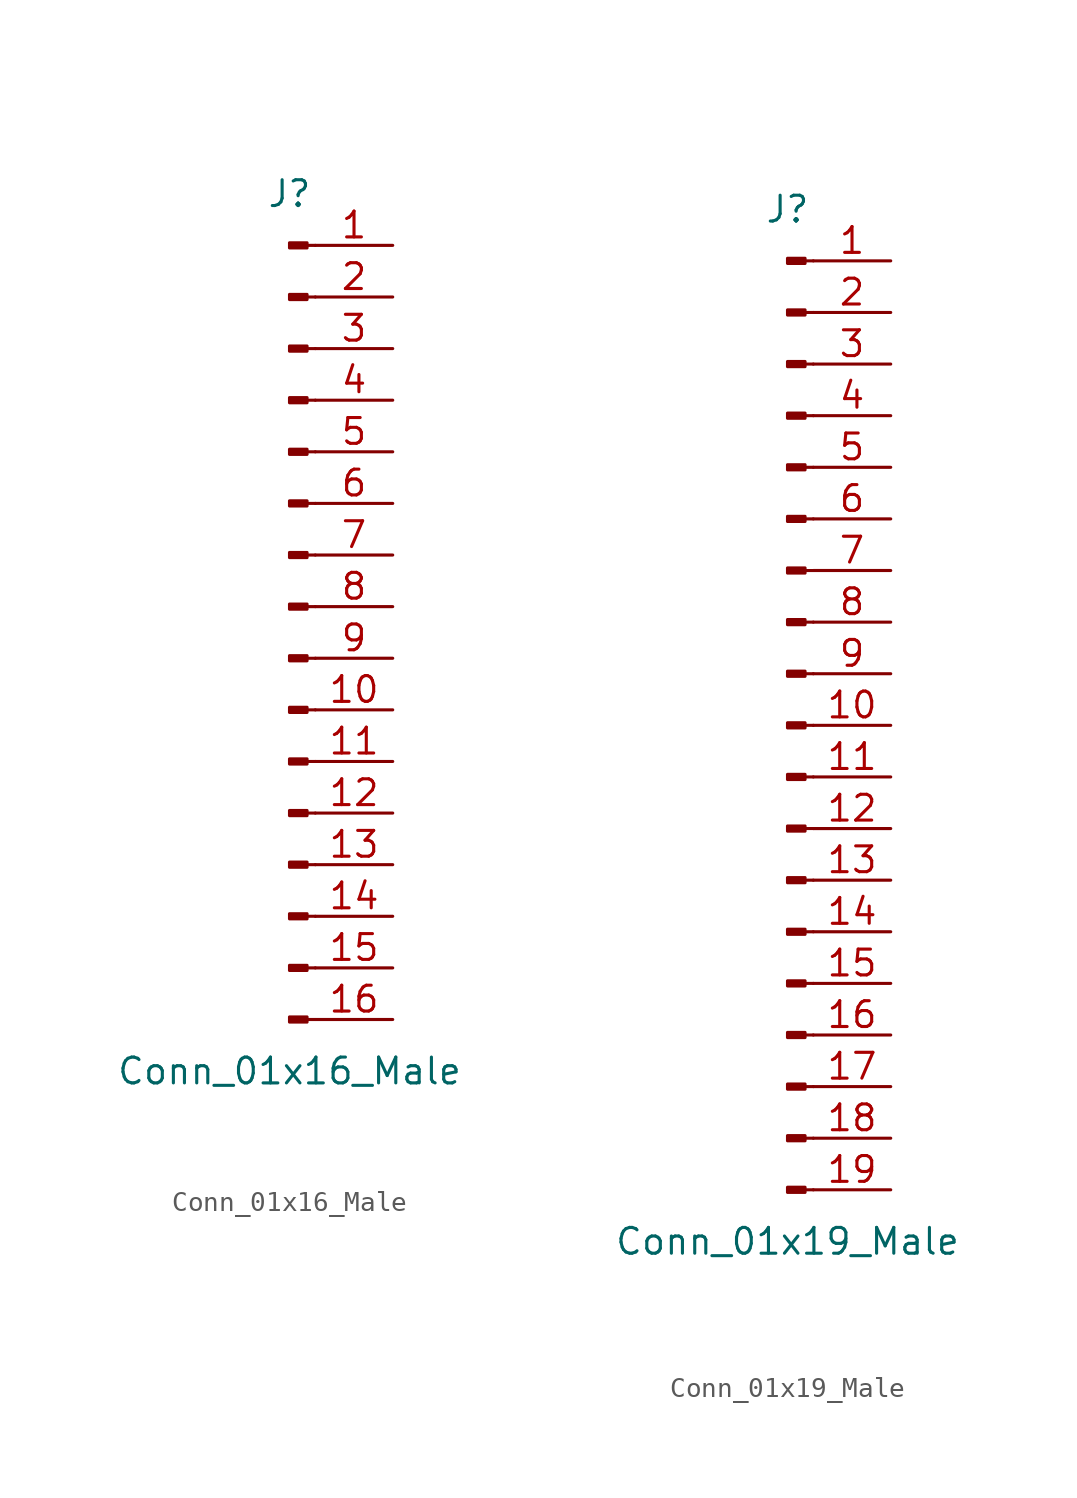
<source format=kicad_sym>
(kicad_symbol_lib
  (version 20201005)
  (generator kicad_symbol_editor)
  (symbol "Conn_01x16_Male"
    (pin_names
      (offset 1.016) hide)
    (property "Reference" "J"
      (at 0 20.32 0)
      (effects (font (size 1.27 1.27))))
    (property "Value" "Conn_01x16_Male"
      (at 0 -22.86 0)
      (effects (font (size 1.27 1.27))))
    (symbol "Conn_01x16_Male_1_1"
      (rectangle (start 0.864 -20.193) (end 0 -20.447) (stroke (width 0.152)) (fill (type outline)))
      (rectangle (start 0.864 -17.653) (end 0 -17.907) (stroke (width 0.152)) (fill (type outline)))
      (rectangle (start 0.864 -15.113) (end 0 -15.367) (stroke (width 0.152)) (fill (type outline)))
      (rectangle (start 0.864 -12.573) (end 0 -12.827) (stroke (width 0.152)) (fill (type outline)))
      (rectangle (start 0.864 -10.033) (end 0 -10.287) (stroke (width 0.152)) (fill (type outline)))
      (rectangle (start 0.864 -7.493) (end 0 -7.747) (stroke (width 0.152)) (fill (type outline)))
      (rectangle (start 0.864 -4.953) (end 0 -5.207) (stroke (width 0.152)) (fill (type outline)))
      (rectangle (start 0.864 -2.413) (end 0 -2.667) (stroke (width 0.152)) (fill (type outline)))
      (rectangle (start 0.864 0.127) (end 0 -0.127) (stroke (width 0.152)) (fill (type outline)))
      (rectangle (start 0.864 2.667) (end 0 2.413) (stroke (width 0.152)) (fill (type outline)))
      (rectangle (start 0.864 5.207) (end 0 4.953) (stroke (width 0.152)) (fill (type outline)))
      (rectangle (start 0.864 7.747) (end 0 7.493) (stroke (width 0.152)) (fill (type outline)))
      (rectangle (start 0.864 10.287) (end 0 10.033) (stroke (width 0.152)) (fill (type outline)))
      (rectangle (start 0.864 12.827) (end 0 12.573) (stroke (width 0.152)) (fill (type outline)))
      (rectangle (start 0.864 15.367) (end 0 15.113) (stroke (width 0.152)) (fill (type outline)))
      (rectangle (start 0.864 17.907) (end 0 17.653) (stroke (width 0.152)) (fill (type outline)))
      (polyline (pts (xy 1.27 -20.32) (xy 0.864 -20.32)) (stroke (width 0.152)) (fill (type none)))
      (polyline (pts (xy 1.27 -17.78) (xy 0.864 -17.78)) (stroke (width 0.152)) (fill (type none)))
      (polyline (pts (xy 1.27 -15.24) (xy 0.864 -15.24)) (stroke (width 0.152)) (fill (type none)))
      (polyline (pts (xy 1.27 -12.7) (xy 0.864 -12.7)) (stroke (width 0.152)) (fill (type none)))
      (polyline (pts (xy 1.27 -10.16) (xy 0.864 -10.16)) (stroke (width 0.152)) (fill (type none)))
      (polyline (pts (xy 1.27 -7.62) (xy 0.864 -7.62)) (stroke (width 0.152)) (fill (type none)))
      (polyline (pts (xy 1.27 -5.08) (xy 0.864 -5.08)) (stroke (width 0.152)) (fill (type none)))
      (polyline (pts (xy 1.27 -2.54) (xy 0.864 -2.54)) (stroke (width 0.152)) (fill (type none)))
      (polyline (pts (xy 1.27 0) (xy 0.864 0)) (stroke (width 0.152)) (fill (type none)))
      (polyline (pts (xy 1.27 2.54) (xy 0.864 2.54)) (stroke (width 0.152)) (fill (type none)))
      (polyline (pts (xy 1.27 5.08) (xy 0.864 5.08)) (stroke (width 0.152)) (fill (type none)))
      (polyline (pts (xy 1.27 7.62) (xy 0.864 7.62)) (stroke (width 0.152)) (fill (type none)))
      (polyline (pts (xy 1.27 10.16) (xy 0.864 10.16)) (stroke (width 0.152)) (fill (type none)))
      (polyline (pts (xy 1.27 12.7) (xy 0.864 12.7)) (stroke (width 0.152)) (fill (type none)))
      (polyline (pts (xy 1.27 15.24) (xy 0.864 15.24)) (stroke (width 0.152)) (fill (type none)))
      (polyline (pts (xy 1.27 17.78) (xy 0.864 17.78)) (stroke (width 0.152)) (fill (type none)))
      (pin passive line (at 5.08 17.78 180) (length 3.81) (name "Pin_1" (effects (font (size 1.27 1.27)))) (number "1" (effects (font (size 1.27 1.27)))))
      (pin passive line (at 5.08 -5.08 180) (length 3.81) (name "Pin_10" (effects (font (size 1.27 1.27)))) (number "10" (effects (font (size 1.27 1.27)))))
      (pin passive line (at 5.08 -7.62 180) (length 3.81) (name "Pin_11" (effects (font (size 1.27 1.27)))) (number "11" (effects (font (size 1.27 1.27)))))
      (pin passive line (at 5.08 -10.16 180) (length 3.81) (name "Pin_12" (effects (font (size 1.27 1.27)))) (number "12" (effects (font (size 1.27 1.27)))))
      (pin passive line (at 5.08 -12.7 180) (length 3.81) (name "Pin_13" (effects (font (size 1.27 1.27)))) (number "13" (effects (font (size 1.27 1.27)))))
      (pin passive line (at 5.08 -15.24 180) (length 3.81) (name "Pin_14" (effects (font (size 1.27 1.27)))) (number "14" (effects (font (size 1.27 1.27)))))
      (pin passive line (at 5.08 -17.78 180) (length 3.81) (name "Pin_15" (effects (font (size 1.27 1.27)))) (number "15" (effects (font (size 1.27 1.27)))))
      (pin passive line (at 5.08 -20.32 180) (length 3.81) (name "Pin_16" (effects (font (size 1.27 1.27)))) (number "16" (effects (font (size 1.27 1.27)))))
      (pin passive line (at 5.08 15.24 180) (length 3.81) (name "Pin_2" (effects (font (size 1.27 1.27)))) (number "2" (effects (font (size 1.27 1.27)))))
      (pin passive line (at 5.08 12.7 180) (length 3.81) (name "Pin_3" (effects (font (size 1.27 1.27)))) (number "3" (effects (font (size 1.27 1.27)))))
      (pin passive line (at 5.08 10.16 180) (length 3.81) (name "Pin_4" (effects (font (size 1.27 1.27)))) (number "4" (effects (font (size 1.27 1.27)))))
      (pin passive line (at 5.08 7.62 180) (length 3.81) (name "Pin_5" (effects (font (size 1.27 1.27)))) (number "5" (effects (font (size 1.27 1.27)))))
      (pin passive line (at 5.08 5.08 180) (length 3.81) (name "Pin_6" (effects (font (size 1.27 1.27)))) (number "6" (effects (font (size 1.27 1.27)))))
      (pin passive line (at 5.08 2.54 180) (length 3.81) (name "Pin_7" (effects (font (size 1.27 1.27)))) (number "7" (effects (font (size 1.27 1.27)))))
      (pin passive line (at 5.08 0 180) (length 3.81) (name "Pin_8" (effects (font (size 1.27 1.27)))) (number "8" (effects (font (size 1.27 1.27)))))
      (pin passive line (at 5.08 -2.54 180) (length 3.81) (name "Pin_9" (effects (font (size 1.27 1.27)))) (number "9" (effects (font (size 1.27 1.27)))))))
  (symbol "Conn_01x19_Male"
    (pin_names
      (offset 1.016) hide)
    (property "Reference" "J"
      (at 0 25.4 0)
      (effects (font (size 1.27 1.27))))
    (property "Value" "Conn_01x19_Male"
      (at 0 -25.4 0)
      (effects (font (size 1.27 1.27))))
    (symbol "Conn_01x19_Male_1_1"
      (rectangle (start 0.864 -22.733) (end 0 -22.987) (stroke (width 0.152)) (fill (type outline)))
      (rectangle (start 0.864 -20.193) (end 0 -20.447) (stroke (width 0.152)) (fill (type outline)))
      (rectangle (start 0.864 -17.653) (end 0 -17.907) (stroke (width 0.152)) (fill (type outline)))
      (rectangle (start 0.864 -15.113) (end 0 -15.367) (stroke (width 0.152)) (fill (type outline)))
      (rectangle (start 0.864 -12.573) (end 0 -12.827) (stroke (width 0.152)) (fill (type outline)))
      (rectangle (start 0.864 -10.033) (end 0 -10.287) (stroke (width 0.152)) (fill (type outline)))
      (rectangle (start 0.864 -7.493) (end 0 -7.747) (stroke (width 0.152)) (fill (type outline)))
      (rectangle (start 0.864 -4.953) (end 0 -5.207) (stroke (width 0.152)) (fill (type outline)))
      (rectangle (start 0.864 -2.413) (end 0 -2.667) (stroke (width 0.152)) (fill (type outline)))
      (rectangle (start 0.864 0.127) (end 0 -0.127) (stroke (width 0.152)) (fill (type outline)))
      (rectangle (start 0.864 2.667) (end 0 2.413) (stroke (width 0.152)) (fill (type outline)))
      (rectangle (start 0.864 5.207) (end 0 4.953) (stroke (width 0.152)) (fill (type outline)))
      (rectangle (start 0.864 7.747) (end 0 7.493) (stroke (width 0.152)) (fill (type outline)))
      (rectangle (start 0.864 10.287) (end 0 10.033) (stroke (width 0.152)) (fill (type outline)))
      (rectangle (start 0.864 12.827) (end 0 12.573) (stroke (width 0.152)) (fill (type outline)))
      (rectangle (start 0.864 15.367) (end 0 15.113) (stroke (width 0.152)) (fill (type outline)))
      (rectangle (start 0.864 17.907) (end 0 17.653) (stroke (width 0.152)) (fill (type outline)))
      (rectangle (start 0.864 20.447) (end 0 20.193) (stroke (width 0.152)) (fill (type outline)))
      (rectangle (start 0.864 22.987) (end 0 22.733) (stroke (width 0.152)) (fill (type outline)))
      (polyline (pts (xy 1.27 -22.86) (xy 0.864 -22.86)) (stroke (width 0.152)) (fill (type none)))
      (polyline (pts (xy 1.27 -20.32) (xy 0.864 -20.32)) (stroke (width 0.152)) (fill (type none)))
      (polyline (pts (xy 1.27 -17.78) (xy 0.864 -17.78)) (stroke (width 0.152)) (fill (type none)))
      (polyline (pts (xy 1.27 -15.24) (xy 0.864 -15.24)) (stroke (width 0.152)) (fill (type none)))
      (polyline (pts (xy 1.27 -12.7) (xy 0.864 -12.7)) (stroke (width 0.152)) (fill (type none)))
      (polyline (pts (xy 1.27 -10.16) (xy 0.864 -10.16)) (stroke (width 0.152)) (fill (type none)))
      (polyline (pts (xy 1.27 -7.62) (xy 0.864 -7.62)) (stroke (width 0.152)) (fill (type none)))
      (polyline (pts (xy 1.27 -5.08) (xy 0.864 -5.08)) (stroke (width 0.152)) (fill (type none)))
      (polyline (pts (xy 1.27 -2.54) (xy 0.864 -2.54)) (stroke (width 0.152)) (fill (type none)))
      (polyline (pts (xy 1.27 0) (xy 0.864 0)) (stroke (width 0.152)) (fill (type none)))
      (polyline (pts (xy 1.27 2.54) (xy 0.864 2.54)) (stroke (width 0.152)) (fill (type none)))
      (polyline (pts (xy 1.27 5.08) (xy 0.864 5.08)) (stroke (width 0.152)) (fill (type none)))
      (polyline (pts (xy 1.27 7.62) (xy 0.864 7.62)) (stroke (width 0.152)) (fill (type none)))
      (polyline (pts (xy 1.27 10.16) (xy 0.864 10.16)) (stroke (width 0.152)) (fill (type none)))
      (polyline (pts (xy 1.27 12.7) (xy 0.864 12.7)) (stroke (width 0.152)) (fill (type none)))
      (polyline (pts (xy 1.27 15.24) (xy 0.864 15.24)) (stroke (width 0.152)) (fill (type none)))
      (polyline (pts (xy 1.27 17.78) (xy 0.864 17.78)) (stroke (width 0.152)) (fill (type none)))
      (polyline (pts (xy 1.27 20.32) (xy 0.864 20.32)) (stroke (width 0.152)) (fill (type none)))
      (polyline (pts (xy 1.27 22.86) (xy 0.864 22.86)) (stroke (width 0.152)) (fill (type none)))
      (pin passive line (at 5.08 22.86 180) (length 3.81) (name "Pin_1" (effects (font (size 1.27 1.27)))) (number "1" (effects (font (size 1.27 1.27)))))
      (pin passive line (at 5.08 0 180) (length 3.81) (name "Pin_10" (effects (font (size 1.27 1.27)))) (number "10" (effects (font (size 1.27 1.27)))))
      (pin passive line (at 5.08 -2.54 180) (length 3.81) (name "Pin_11" (effects (font (size 1.27 1.27)))) (number "11" (effects (font (size 1.27 1.27)))))
      (pin passive line (at 5.08 -5.08 180) (length 3.81) (name "Pin_12" (effects (font (size 1.27 1.27)))) (number "12" (effects (font (size 1.27 1.27)))))
      (pin passive line (at 5.08 -7.62 180) (length 3.81) (name "Pin_13" (effects (font (size 1.27 1.27)))) (number "13" (effects (font (size 1.27 1.27)))))
      (pin passive line (at 5.08 -10.16 180) (length 3.81) (name "Pin_14" (effects (font (size 1.27 1.27)))) (number "14" (effects (font (size 1.27 1.27)))))
      (pin passive line (at 5.08 -12.7 180) (length 3.81) (name "Pin_15" (effects (font (size 1.27 1.27)))) (number "15" (effects (font (size 1.27 1.27)))))
      (pin passive line (at 5.08 -15.24 180) (length 3.81) (name "Pin_16" (effects (font (size 1.27 1.27)))) (number "16" (effects (font (size 1.27 1.27)))))
      (pin passive line (at 5.08 -17.78 180) (length 3.81) (name "Pin_17" (effects (font (size 1.27 1.27)))) (number "17" (effects (font (size 1.27 1.27)))))
      (pin passive line (at 5.08 -20.32 180) (length 3.81) (name "Pin_18" (effects (font (size 1.27 1.27)))) (number "18" (effects (font (size 1.27 1.27)))))
      (pin passive line (at 5.08 -22.86 180) (length 3.81) (name "Pin_19" (effects (font (size 1.27 1.27)))) (number "19" (effects (font (size 1.27 1.27)))))
      (pin passive line (at 5.08 20.32 180) (length 3.81) (name "Pin_2" (effects (font (size 1.27 1.27)))) (number "2" (effects (font (size 1.27 1.27)))))
      (pin passive line (at 5.08 17.78 180) (length 3.81) (name "Pin_3" (effects (font (size 1.27 1.27)))) (number "3" (effects (font (size 1.27 1.27)))))
      (pin passive line (at 5.08 15.24 180) (length 3.81) (name "Pin_4" (effects (font (size 1.27 1.27)))) (number "4" (effects (font (size 1.27 1.27)))))
      (pin passive line (at 5.08 12.7 180) (length 3.81) (name "Pin_5" (effects (font (size 1.27 1.27)))) (number "5" (effects (font (size 1.27 1.27)))))
      (pin passive line (at 5.08 10.16 180) (length 3.81) (name "Pin_6" (effects (font (size 1.27 1.27)))) (number "6" (effects (font (size 1.27 1.27)))))
      (pin passive line (at 5.08 7.62 180) (length 3.81) (name "Pin_7" (effects (font (size 1.27 1.27)))) (number "7" (effects (font (size 1.27 1.27)))))
      (pin passive line (at 5.08 5.08 180) (length 3.81) (name "Pin_8" (effects (font (size 1.27 1.27)))) (number "8" (effects (font (size 1.27 1.27)))))
      (pin passive line (at 5.08 2.54 180) (length 3.81) (name "Pin_9" (effects (font (size 1.27 1.27)))) (number "9" (effects (font (size 1.27 1.27))))))))
</source>
